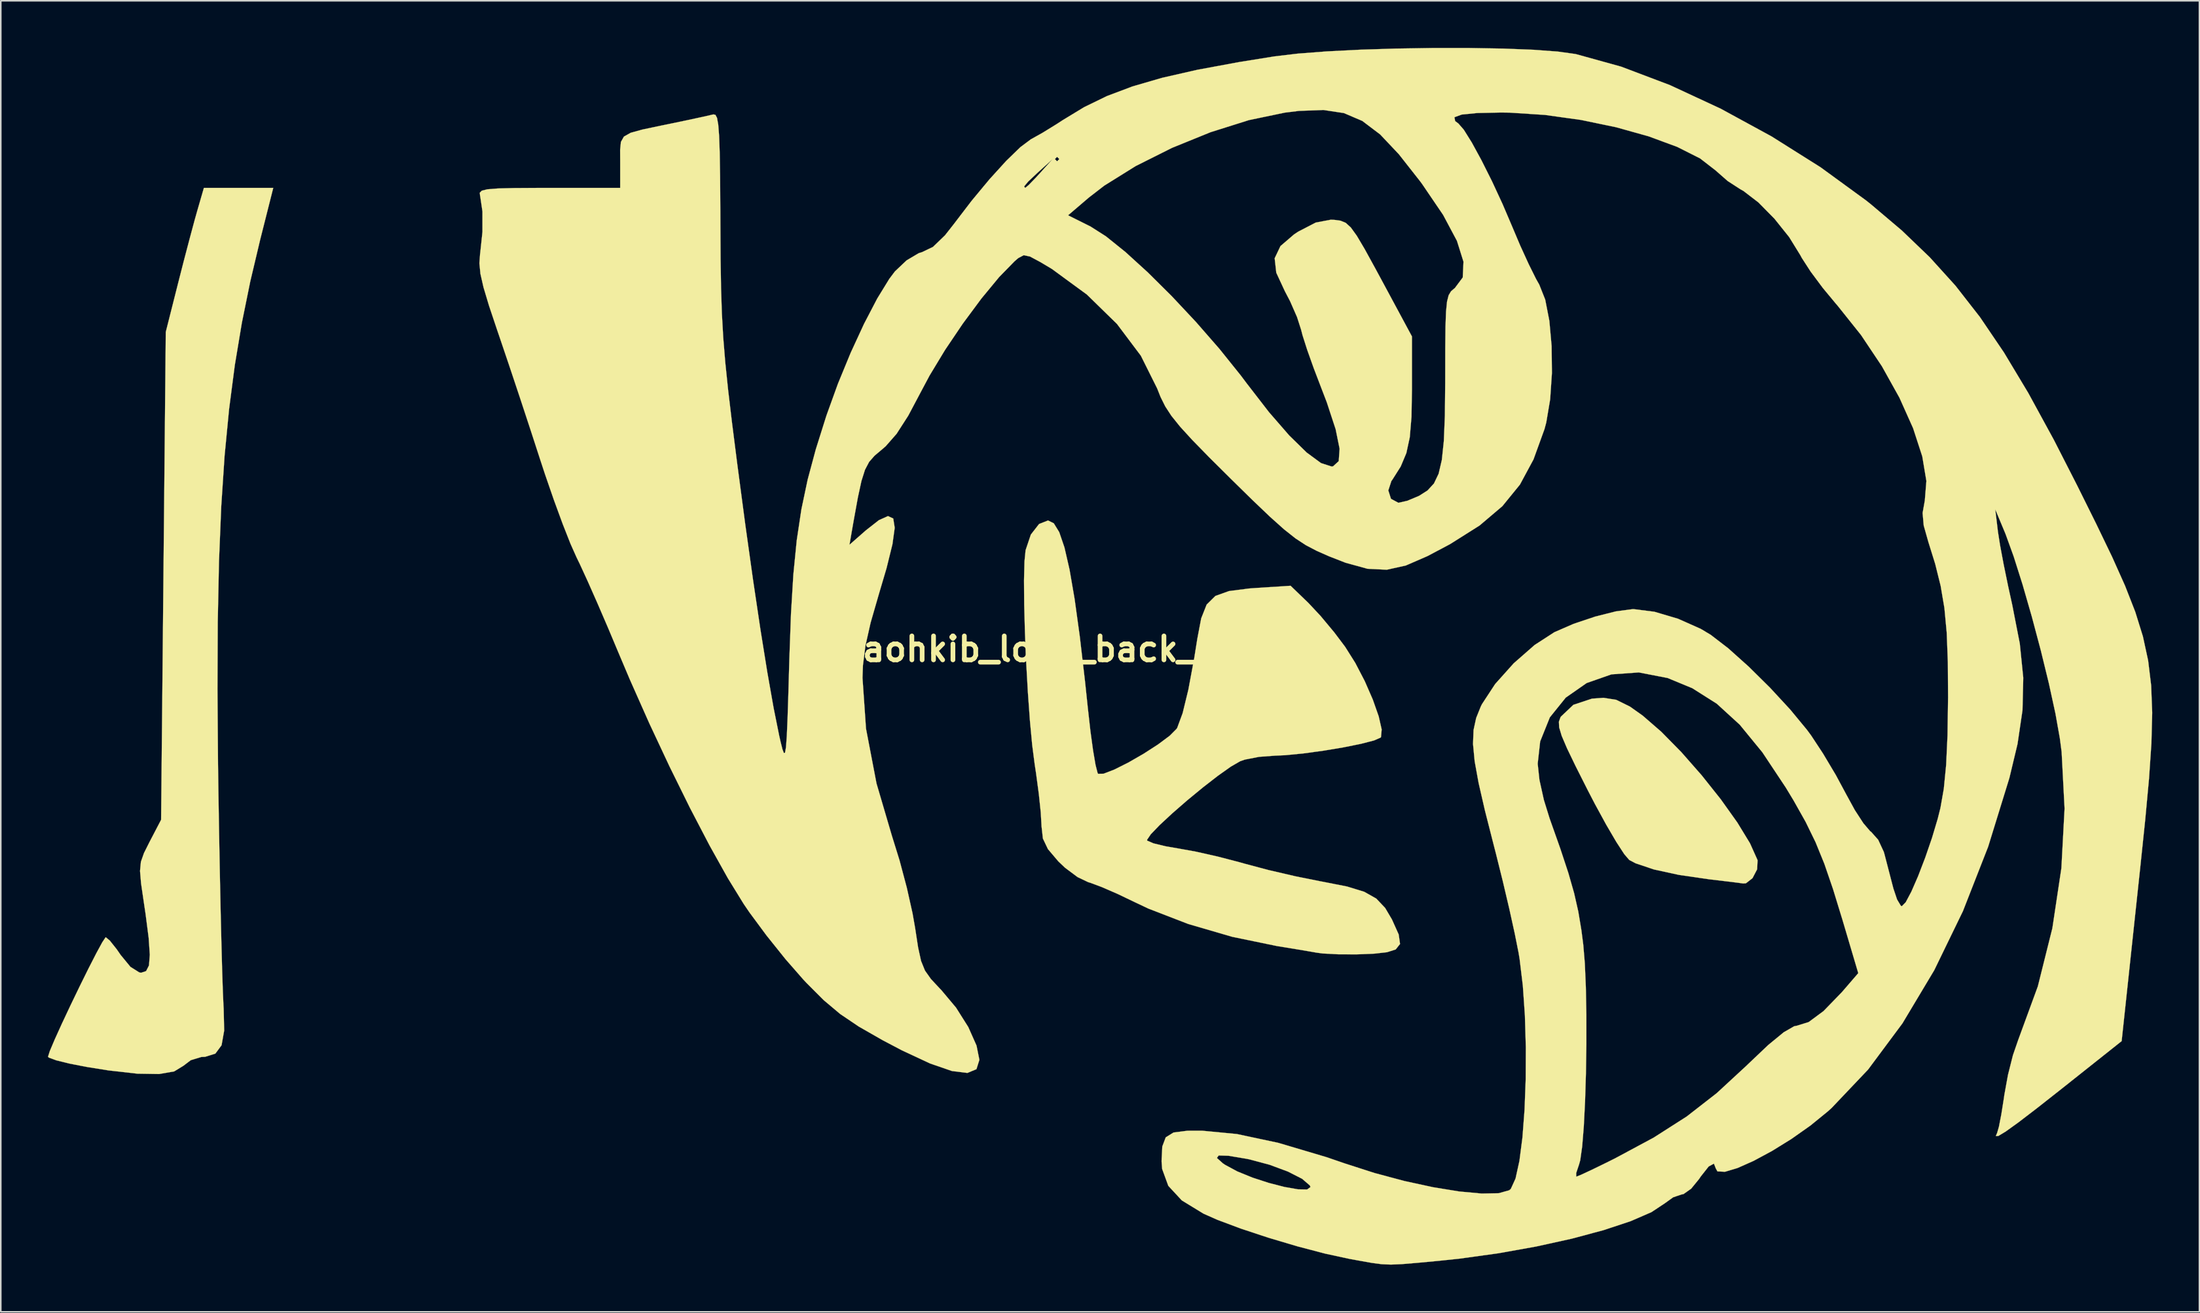
<source format=kicad_pcb>
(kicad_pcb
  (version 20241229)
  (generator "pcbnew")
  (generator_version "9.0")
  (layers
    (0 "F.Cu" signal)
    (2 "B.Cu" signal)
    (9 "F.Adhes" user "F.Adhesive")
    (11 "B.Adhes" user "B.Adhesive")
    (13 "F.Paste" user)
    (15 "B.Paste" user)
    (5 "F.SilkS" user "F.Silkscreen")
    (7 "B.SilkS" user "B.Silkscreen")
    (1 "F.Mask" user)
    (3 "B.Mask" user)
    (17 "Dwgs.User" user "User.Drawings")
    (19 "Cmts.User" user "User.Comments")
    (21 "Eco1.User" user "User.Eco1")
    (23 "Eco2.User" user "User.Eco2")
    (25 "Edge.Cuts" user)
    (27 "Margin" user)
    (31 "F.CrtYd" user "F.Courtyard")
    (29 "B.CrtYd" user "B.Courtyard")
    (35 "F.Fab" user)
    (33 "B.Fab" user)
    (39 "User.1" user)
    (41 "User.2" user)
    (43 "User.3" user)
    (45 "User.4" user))
  (footprint "yaohkib_logo_back_left"
    (layer "F.Cu")
    (at 63.787 38.261)
    (property "Reference" "yaohkib_logo_back_left" (at 0 0 0) (layer "F.SilkS") (effects (font (size 1.524 1.524) (thickness 0.3))))
    (attr through_hole)
    (fp_poly (pts (xy 35.999 3.232) (xy 36.874 3.664) (xy 37.683 4.238) (xy 38.867 5.266) (xy 40.147 6.568) (xy 41.436 8.036) (xy 42.65 9.562) (xy 43.703 11.039) (xy 44.508 12.359) (xy 44.982 13.415) (xy 44.992 13.446) (xy 44.964 14.02) (xy 44.67 14.583) (xy 44.252 14.909) (xy 44.077 14.921) (xy 43.72 14.872) (xy 42.962 14.779) (xy 41.965 14.661) (xy 41.915 14.655) (xy 39.991 14.376) (xy 38.4 14.03) (xy 37.235 13.639) (xy 36.828 13.425) (xy 36.511 13.056) (xy 36.003 12.275) (xy 35.36 11.177) (xy 34.64 9.857) (xy 34.184 8.978) (xy 33.407 7.437) (xy 32.866 6.314) (xy 32.529 5.525) (xy 32.368 4.989) (xy 32.351 4.625) (xy 32.45 4.349) (xy 32.478 4.303) (xy 33.271 3.55) (xy 34.456 3.157) (xy 35.194 3.104) (xy 35.999 3.232)) (stroke (width 0.01) (type solid)) (fill yes) (layer "F.SilkS"))
    (fp_poly (pts (xy -50.283 -26.057) (xy -50.911 -23.408) (xy -51.447 -20.771) (xy -51.895 -18.082) (xy -52.26 -15.282) (xy -52.547 -12.308) (xy -52.759 -9.1) (xy -52.903 -5.596) (xy -52.982 -1.735) (xy -53.001 2.543) (xy -52.965 7.302) (xy -52.94 9.116) (xy -52.897 11.719) (xy -52.85 14.226) (xy -52.801 16.562) (xy -52.751 18.654) (xy -52.703 20.426) (xy -52.657 21.805) (xy -52.617 22.717) (xy -52.606 22.89) (xy -52.574 24.287) (xy -52.739 25.217) (xy -53.133 25.749) (xy -53.789 25.955) (xy -54.022 25.964) (xy -54.696 26.167) (xy -55.174 26.529) (xy -55.754 26.883) (xy -56.711 27.049) (xy -58.089 27.028) (xy -59.931 26.82) (xy -61.313 26.599) (xy -62.409 26.387) (xy -63.255 26.178) (xy -63.726 26.006) (xy -63.782 25.948) (xy -63.667 25.587) (xy -63.356 24.852) (xy -62.902 23.85) (xy -62.357 22.691) (xy -61.775 21.484) (xy -61.208 20.337) (xy -60.708 19.36) (xy -60.328 18.662) (xy -60.121 18.351) (xy -60.107 18.344) (xy -59.847 18.559) (xy -59.413 19.106) (xy -59.159 19.473) (xy -58.537 20.229) (xy -57.968 20.587) (xy -57.852 20.602) (xy -57.54 20.497) (xy -57.358 20.138) (xy -57.305 19.457) (xy -57.378 18.386) (xy -57.575 16.859) (xy -57.69 16.087) (xy -57.861 14.915) (xy -57.927 14.125) (xy -57.872 13.541) (xy -57.677 12.986) (xy -57.326 12.285) (xy -57.322 12.277) (xy -56.586 10.866) (xy -56.437 -4.657) (xy -56.289 -20.179) (xy -55.505 -23.283) (xy -55.139 -24.715) (xy -54.772 -26.112) (xy -54.457 -27.285) (xy -54.293 -27.869) (xy -53.864 -29.351) (xy -49.451 -29.351) (xy -50.283 -26.057)) (stroke (width 0.01) (type solid)) (fill yes) (layer "F.SilkS"))
    (fp_poly (pts (xy 0.213 -8.003) (xy 0.559 -7.44) (xy 0.891 -6.467) (xy 1.215 -5.056) (xy 1.538 -3.18) (xy 1.865 -0.809) (xy 2.202 2.082) (xy 2.38 3.775) (xy 2.542 5.212) (xy 2.711 6.45) (xy 2.869 7.377) (xy 2.999 7.886) (xy 3.03 7.941) (xy 3.384 7.934) (xy 4.068 7.67) (xy 4.958 7.223) (xy 5.925 6.666) (xy 6.843 6.074) (xy 7.587 5.519) (xy 8.029 5.075) (xy 8.068 5.01) (xy 8.412 4.076) (xy 8.773 2.595) (xy 9.147 0.587) (xy 9.345 -0.656) (xy 9.592 -1.954) (xy 9.939 -2.831) (xy 10.494 -3.38) (xy 11.363 -3.691) (xy 12.656 -3.856) (xy 13.16 -3.892) (xy 15.279 -4.028) (xy 16.415 -2.931) (xy 17.186 -2.107) (xy 18.061 -1.057) (xy 18.751 -0.141) (xy 19.396 0.884) (xy 19.999 2.044) (xy 20.511 3.217) (xy 20.885 4.282) (xy 21.075 5.118) (xy 21.032 5.604) (xy 21.008 5.634) (xy 20.591 5.817) (xy 19.752 6.034) (xy 18.628 6.26) (xy 17.358 6.472) (xy 16.081 6.646) (xy 14.936 6.757) (xy 14.286 6.786) (xy 13.273 6.861) (xy 12.371 7.036) (xy 12.073 7.139) (xy 11.475 7.485) (xy 10.652 8.069) (xy 9.696 8.811) (xy 8.699 9.632) (xy 7.754 10.455) (xy 6.952 11.2) (xy 6.385 11.789) (xy 6.146 12.143) (xy 6.156 12.195) (xy 6.553 12.367) (xy 7.33 12.555) (xy 8.14 12.694) (xy 9.247 12.894) (xy 10.633 13.206) (xy 12.036 13.571) (xy 12.344 13.659) (xy 13.877 14.067) (xy 15.614 14.47) (xy 17.201 14.788) (xy 17.34 14.813) (xy 18.874 15.115) (xy 19.965 15.45) (xy 20.732 15.883) (xy 21.296 16.479) (xy 21.727 17.208) (xy 22.158 18.168) (xy 22.243 18.771) (xy 21.968 19.12) (xy 21.414 19.297) (xy 20.609 19.388) (xy 19.496 19.433) (xy 18.32 19.43) (xy 17.324 19.377) (xy 16.933 19.325) (xy 16.46 19.242) (xy 15.604 19.098) (xy 14.538 18.924) (xy 14.393 18.9) (xy 11.558 18.314) (xy 8.768 17.5) (xy 6.239 16.523) (xy 5.377 16.116) (xy 4.276 15.588) (xy 3.263 15.148) (xy 2.523 14.872) (xy 2.405 14.839) (xy 1.727 14.516) (xy 0.926 13.918) (xy 0.5 13.513) (xy -0.16 12.734) (xy -0.48 12.062) (xy -0.569 11.26) (xy -0.57 11.206) (xy -0.617 10.39) (xy -0.74 9.22) (xy -0.917 7.898) (xy -1.002 7.338) (xy -1.161 6.108) (xy -1.307 4.543) (xy -1.436 2.754) (xy -1.543 0.855) (xy -1.622 -1.04) (xy -1.67 -2.819) (xy -1.682 -4.368) (xy -1.652 -5.574) (xy -1.582 -6.291) (xy -1.247 -7.287) (xy -0.724 -7.959) (xy -0.153 -8.184) (xy 0.213 -8.003)) (stroke (width 0.01) (type solid)) (fill yes) (layer "F.SilkS"))
    (fp_poly (pts (xy 28.791 -38.219) (xy 30.709 -38.144) (xy 32.277 -38.029) (xy 33.391 -37.875) (xy 33.443 -37.864) (xy 36.312 -37.069) (xy 39.418 -35.893) (xy 42.644 -34.394) (xy 45.876 -32.632) (xy 48.998 -30.666) (xy 51.893 -28.555) (xy 52.206 -28.305) (xy 54.173 -26.639) (xy 55.948 -24.935) (xy 57.587 -23.123) (xy 59.143 -21.127) (xy 60.668 -18.877) (xy 62.217 -16.297) (xy 63.843 -13.316) (xy 65.315 -10.433) (xy 66.532 -7.981) (xy 67.548 -5.872) (xy 68.374 -4.027) (xy 69.024 -2.365) (xy 69.509 -0.806) (xy 69.842 0.729) (xy 70.035 2.321) (xy 70.101 4.051) (xy 70.051 5.997) (xy 69.899 8.241) (xy 69.657 10.862) (xy 69.336 13.94) (xy 69.228 14.946) (xy 68.157 24.954) (xy 64.347 27.981) (xy 62.767 29.225) (xy 61.588 30.128) (xy 60.779 30.71) (xy 60.311 30.992) (xy 60.15 30.996) (xy 60.237 30.791) (xy 60.348 30.406) (xy 60.501 29.618) (xy 60.665 28.583) (xy 60.694 28.375) (xy 60.925 27.103) (xy 61.241 25.849) (xy 61.572 24.889) (xy 62.825 21.469) (xy 63.749 17.77) (xy 64.323 13.947) (xy 64.526 10.153) (xy 64.338 6.544) (xy 64.225 5.681) (xy 63.945 4.105) (xy 63.529 2.195) (xy 63.016 0.095) (xy 62.446 -2.049) (xy 61.857 -4.094) (xy 61.287 -5.894) (xy 60.776 -7.306) (xy 60.705 -7.479) (xy 60.115 -8.89) (xy 60.284 -7.479) (xy 60.418 -6.621) (xy 60.648 -5.393) (xy 60.94 -3.973) (xy 61.193 -2.822) (xy 61.677 -0.345) (xy 61.897 1.828) (xy 61.849 3.891) (xy 61.532 6.041) (xy 61.014 8.207) (xy 59.663 12.582) (xy 58.059 16.68) (xy 56.231 20.446) (xy 54.209 23.826) (xy 52.023 26.766) (xy 49.703 29.21) (xy 49.456 29.432) (xy 48.351 30.332) (xy 47.141 31.185) (xy 45.908 31.948) (xy 44.738 32.578) (xy 43.714 33.033) (xy 42.919 33.271) (xy 42.438 33.247) (xy 42.333 33.055) (xy 42.215 32.752) (xy 41.883 32.932) (xy 41.375 33.574) (xy 41.272 33.729) (xy 40.766 34.348) (xy 40.28 34.69) (xy 40.162 34.713) (xy 39.62 34.896) (xy 39.083 35.282) (xy 38.238 35.841) (xy 36.913 36.416) (xy 35.192 36.987) (xy 33.158 37.532) (xy 30.895 38.03) (xy 28.487 38.461) (xy 26.017 38.802) (xy 24.694 38.941) (xy 23.32 39.069) (xy 22.359 39.149) (xy 21.659 39.179) (xy 21.071 39.153) (xy 20.443 39.07) (xy 19.627 38.925) (xy 19.015 38.813) (xy 17.484 38.482) (xy 15.712 38.017) (xy 13.866 37.468) (xy 12.111 36.887) (xy 10.614 36.326) (xy 9.737 35.937) (xy 8.36 35.095) (xy 7.499 34.167) (xy 7.107 33.093) (xy 7.07 32.597) (xy 7.08 32.393) (xy 10.591 32.393) (xy 10.972 32.735) (xy 11.108 32.827) (xy 11.888 33.248) (xy 12.853 33.642) (xy 13.893 33.981) (xy 14.894 34.239) (xy 15.744 34.387) (xy 16.332 34.398) (xy 16.544 34.245) (xy 16.508 34.145) (xy 16.014 33.719) (xy 15.113 33.259) (xy 13.95 32.827) (xy 12.675 32.485) (xy 12.473 32.444) (xy 11.326 32.252) (xy 10.704 32.233) (xy 10.591 32.393) (xy 7.08 32.393) (xy 7.116 31.662) (xy 7.335 31.08) (xy 7.831 30.772) (xy 8.708 30.66) (xy 9.656 30.658) (xy 11.863 30.869) (xy 14.501 31.431) (xy 17.562 32.34) (xy 18.737 32.743) (xy 20.622 33.35) (xy 22.521 33.859) (xy 24.348 34.255) (xy 26.015 34.526) (xy 27.436 34.657) (xy 28.522 34.636) (xy 29.188 34.45) (xy 29.292 34.361) (xy 29.592 33.703) (xy 29.839 32.58) (xy 30.032 31.086) (xy 30.166 29.318) (xy 30.239 27.373) (xy 30.247 25.345) (xy 30.188 23.332) (xy 30.057 21.429) (xy 29.852 19.733) (xy 29.786 19.332) (xy 29.544 18.116) (xy 29.196 16.536) (xy 28.781 14.771) (xy 28.341 13.004) (xy 28.21 12.496) (xy 27.646 10.281) (xy 27.242 8.523) (xy 27.02 7.298) (xy 31.001 7.298) (xy 31.112 8.326) (xy 31.395 9.605) (xy 31.758 10.776) (xy 32.442 12.707) (xy 32.951 14.249) (xy 33.32 15.539) (xy 33.585 16.71) (xy 33.783 17.899) (xy 33.901 18.813) (xy 34.001 20.012) (xy 34.066 21.534) (xy 34.098 23.277) (xy 34.099 25.136) (xy 34.071 27.007) (xy 34.016 28.787) (xy 33.936 30.371) (xy 33.833 31.655) (xy 33.709 32.536) (xy 33.633 32.808) (xy 33.451 33.353) (xy 33.455 33.584) (xy 33.457 33.584) (xy 33.754 33.466) (xy 34.435 33.149) (xy 35.379 32.689) (xy 35.919 32.42) (xy 38.385 31.095) (xy 40.482 29.754) (xy 42.393 28.267) (xy 44.3 26.505) (xy 44.373 26.433) (xy 45.668 25.204) (xy 46.656 24.392) (xy 47.321 24.009) (xy 47.477 23.979) (xy 48.243 23.743) (xy 49.187 23.044) (xy 50.338 21.858) (xy 50.498 21.674) (xy 51.399 20.629) (xy 50.41 17.29) (xy 49.794 15.281) (xy 49.24 13.666) (xy 48.68 12.291) (xy 48.049 10.998) (xy 47.281 9.633) (xy 46.786 8.814) (xy 45.297 6.572) (xy 43.858 4.815) (xy 42.396 3.478) (xy 40.841 2.493) (xy 39.269 1.843) (xy 37.435 1.488) (xy 35.693 1.612) (xy 34.118 2.163) (xy 32.787 3.091) (xy 31.775 4.347) (xy 31.159 5.881) (xy 31.001 7.298) (xy 27.02 7.298) (xy 26.991 7.137) (xy 26.887 6.042) (xy 26.921 5.153) (xy 27.087 4.388) (xy 27.378 3.664) (xy 27.454 3.51) (xy 28.296 2.225) (xy 29.475 0.908) (xy 30.809 -0.26) (xy 32.063 -1.072) (xy 33.285 -1.604) (xy 34.664 -2.067) (xy 35.987 -2.4) (xy 37.041 -2.539) (xy 37.112 -2.54) (xy 38.431 -2.373) (xy 39.935 -1.927) (xy 41.376 -1.285) (xy 42.015 -0.902) (xy 43.121 -0.052) (xy 44.424 1.116) (xy 45.785 2.462) (xy 47.067 3.849) (xy 48.132 5.139) (xy 48.401 5.503) (xy 49.158 6.654) (xy 49.969 8.015) (xy 50.629 9.243) (xy 51.182 10.254) (xy 51.724 11.087) (xy 52.153 11.59) (xy 52.222 11.641) (xy 52.666 12.14) (xy 53.024 12.91) (xy 53.065 13.053) (xy 53.33 14.074) (xy 53.609 15.147) (xy 53.633 15.24) (xy 53.868 15.941) (xy 54.105 16.336) (xy 54.171 16.369) (xy 54.417 16.118) (xy 54.777 15.441) (xy 55.206 14.456) (xy 55.659 13.277) (xy 56.09 12.022) (xy 56.454 10.806) (xy 56.628 10.11) (xy 56.842 8.891) (xy 56.99 7.379) (xy 57.078 5.485) (xy 57.112 3.118) (xy 57.113 3.104) (xy 57.098 0.819) (xy 57.027 -1.039) (xy 56.88 -2.608) (xy 56.641 -4.022) (xy 56.294 -5.418) (xy 55.863 -6.802) (xy 55.563 -7.862) (xy 55.493 -8.662) (xy 55.632 -9.447) (xy 55.633 -9.451) (xy 55.733 -10.698) (xy 55.472 -12.261) (xy 54.888 -14.056) (xy 54.019 -15.997) (xy 52.902 -18.001) (xy 51.576 -19.985) (xy 50.078 -21.863) (xy 49.996 -21.956) (xy 49.144 -22.983) (xy 48.368 -24.026) (xy 47.805 -24.897) (xy 47.709 -25.075) (xy 47.001 -26.222) (xy 46.064 -27.393) (xy 45.047 -28.425) (xy 44.098 -29.154) (xy 43.9 -29.265) (xy 43.087 -29.792) (xy 42.332 -30.454) (xy 42.327 -30.46) (xy 41.335 -31.228) (xy 39.881 -31.961) (xy 38.065 -32.632) (xy 35.989 -33.213) (xy 33.755 -33.677) (xy 31.465 -33.996) (xy 29.22 -34.142) (xy 28.672 -34.149) (xy 27.148 -34.117) (xy 26.166 -34.019) (xy 25.706 -33.85) (xy 25.749 -33.604) (xy 25.958 -33.448) (xy 26.301 -33.053) (xy 26.808 -32.241) (xy 27.423 -31.113) (xy 28.094 -29.774) (xy 28.765 -28.326) (xy 29.345 -26.968) (xy 29.885 -25.692) (xy 30.43 -24.498) (xy 30.897 -23.557) (xy 31.102 -23.194) (xy 31.48 -22.243) (xy 31.744 -20.889) (xy 31.888 -19.279) (xy 31.907 -17.565) (xy 31.795 -15.896) (xy 31.547 -14.42) (xy 31.434 -13.998) (xy 30.736 -12.071) (xy 29.871 -10.466) (xy 28.753 -9.093) (xy 27.301 -7.861) (xy 25.428 -6.679) (xy 23.989 -5.916) (xy 22.613 -5.318) (xy 21.399 -5.049) (xy 20.176 -5.108) (xy 18.771 -5.495) (xy 17.722 -5.905) (xy 16.94 -6.25) (xy 16.257 -6.608) (xy 15.589 -7.045) (xy 14.854 -7.628) (xy 13.969 -8.42) (xy 12.85 -9.488) (xy 11.497 -10.816) (xy 10.089 -12.216) (xy 9.028 -13.303) (xy 8.252 -14.152) (xy 7.697 -14.842) (xy 7.303 -15.447) (xy 7.006 -16.044) (xy 6.789 -16.591) (xy 5.752 -18.671) (xy 4.234 -20.691) (xy 2.321 -22.561) (xy 0.096 -24.19) (xy -0.627 -24.623) (xy -1.299 -24.983) (xy -1.7 -25.068) (xy -2.048 -24.884) (xy -2.29 -24.675) (xy -3.265 -23.676) (xy -4.392 -22.311) (xy -5.572 -20.719) (xy -6.704 -19.041) (xy -7.688 -17.414) (xy -8.195 -16.462) (xy -9.046 -14.856) (xy -9.79 -13.699) (xy -10.486 -12.905) (xy -10.727 -12.698) (xy -11.191 -12.307) (xy -11.536 -11.913) (xy -11.8 -11.411) (xy -12.026 -10.696) (xy -12.251 -9.661) (xy -12.516 -8.201) (xy -12.593 -7.764) (xy -12.788 -6.637) (xy -11.747 -7.552) (xy -10.916 -8.203) (xy -10.336 -8.463) (xy -10.002 -8.308) (xy -9.909 -7.719) (xy -10.053 -6.673) (xy -10.429 -5.148) (xy -10.917 -3.498) (xy -11.443 -1.677) (xy -11.771 -0.217) (xy -11.931 1.039) (xy -11.959 1.834) (xy -11.736 5.065) (xy -11.067 8.556) (xy -10.098 11.853) (xy -9.601 13.455) (xy -9.139 15.192) (xy -8.775 16.819) (xy -8.612 17.747) (xy -8.42 18.999) (xy -8.233 19.852) (xy -7.984 20.466) (xy -7.605 21.002) (xy -7.029 21.62) (xy -6.952 21.698) (xy -6.008 22.823) (xy -5.229 24.057) (xy -4.704 25.237) (xy -4.522 26.146) (xy -4.708 26.741) (xy -5.286 26.98) (xy -6.266 26.859) (xy -7.656 26.379) (xy -9.463 25.536) (xy -10.689 24.89) (xy -12.197 24.027) (xy -13.378 23.229) (xy -14.427 22.347) (xy -15.54 21.232) (xy -15.727 21.032) (xy -16.855 19.742) (xy -18.063 18.234) (xy -19.151 16.763) (xy -19.515 16.229) (xy -20.527 14.584) (xy -21.685 12.51) (xy -22.938 10.107) (xy -24.235 7.477) (xy -25.527 4.72) (xy -26.763 1.936) (xy -27.471 0.264) (xy -28.15 -1.353) (xy -28.829 -2.929) (xy -29.448 -4.328) (xy -29.947 -5.414) (xy -30.15 -5.831) (xy -30.536 -6.697) (xy -31.035 -7.963) (xy -31.595 -9.491) (xy -32.164 -11.139) (xy -32.454 -12.021) (xy -33.07 -13.917) (xy -33.755 -15.997) (xy -34.437 -18.042) (xy -35.042 -19.831) (xy -35.189 -20.26) (xy -35.721 -21.848) (xy -36.072 -23.019) (xy -36.269 -23.884) (xy -36.334 -24.554) (xy -36.293 -25.137) (xy -36.283 -25.199) (xy -36.139 -26.559) (xy -36.139 -27.843) (xy -36.283 -28.822) (xy -36.293 -28.857) (xy -36.311 -29.042) (xy -36.182 -29.174) (xy -35.829 -29.262) (xy -35.174 -29.315) (xy -34.141 -29.342) (xy -32.651 -29.351) (xy -31.91 -29.351) (xy -27.376 -29.351) (xy -27.376 -31.025) (xy -27.38 -31.769) (xy -27.331 -32.277) (xy -27.139 -32.617) (xy -26.711 -32.858) (xy -25.957 -33.067) (xy -24.785 -33.314) (xy -24.13 -33.448) (xy -23.021 -33.68) (xy -22.096 -33.88) (xy -21.52 -34.011) (xy -21.449 -34.028) (xy -21.317 -34.003) (xy -21.215 -33.808) (xy -21.138 -33.381) (xy -21.082 -32.662) (xy -21.044 -31.591) (xy -21.02 -30.106) (xy -21.006 -28.146) (xy -21.001 -27.019) (xy -20.988 -24.83) (xy -20.959 -22.984) (xy -20.906 -21.354) (xy -20.819 -19.815) (xy -20.69 -18.238) (xy -20.51 -16.497) (xy -20.269 -14.466) (xy -19.958 -12.016) (xy -19.919 -11.712) (xy -19.413 -7.895) (xy -18.922 -4.393) (xy -18.454 -1.252) (xy -18.015 1.48) (xy -17.613 3.756) (xy -17.256 5.53) (xy -17.166 5.927) (xy -17.051 6.381) (xy -16.96 6.621) (xy -16.888 6.596) (xy -16.828 6.256) (xy -16.776 5.552) (xy -16.727 4.433) (xy -16.676 2.851) (xy -16.616 0.756) (xy -16.615 0.706) (xy -16.509 -2.24) (xy -16.358 -4.742) (xy -16.143 -6.92) (xy -15.846 -8.894) (xy -15.448 -10.783) (xy -14.931 -12.708) (xy -14.277 -14.787) (xy -14.234 -14.916) (xy -13.523 -16.884) (xy -12.713 -18.852) (xy -11.86 -20.7) (xy -11.021 -22.31) (xy -10.254 -23.56) (xy -9.894 -24.038) (xy -9.154 -24.738) (xy -8.38 -25.197) (xy -8.173 -25.261) (xy -7.476 -25.594) (xy -6.708 -26.336) (xy -6.149 -27.047) (xy -5.722 -27.607) (xy 1.121 -27.607) (xy 2.548 -26.895) (xy 3.531 -26.269) (xy 4.773 -25.269) (xy 6.194 -23.974) (xy 7.716 -22.463) (xy 9.261 -20.814) (xy 10.751 -19.106) (xy 12.105 -17.419) (xy 12.494 -16.902) (xy 13.908 -15.073) (xy 15.19 -13.597) (xy 16.303 -12.507) (xy 17.215 -11.836) (xy 17.89 -11.618) (xy 17.979 -11.628) (xy 18.342 -11.96) (xy 18.398 -12.746) (xy 18.146 -13.992) (xy 17.584 -15.702) (xy 17.233 -16.617) (xy 16.752 -17.876) (xy 16.335 -19.047) (xy 16.042 -19.964) (xy 15.95 -20.32) (xy 15.691 -21.128) (xy 15.249 -22.137) (xy 14.918 -22.771) (xy 14.369 -23.953) (xy 14.266 -24.873) (xy 14.635 -25.649) (xy 15.503 -26.394) (xy 15.772 -26.571) (xy 16.882 -27.146) (xy 17.836 -27.326) (xy 18.062 -27.317) (xy 18.456 -27.264) (xy 18.785 -27.129) (xy 19.11 -26.835) (xy 19.492 -26.305) (xy 19.991 -25.462) (xy 20.667 -24.23) (xy 21.026 -23.566) (xy 23.001 -19.897) (xy 23.001 -16.51) (xy 22.972 -14.783) (xy 22.863 -13.482) (xy 22.645 -12.473) (xy 22.286 -11.618) (xy 21.757 -10.782) (xy 21.692 -10.692) (xy 21.497 -10.096) (xy 21.667 -9.562) (xy 22.127 -9.314) (xy 22.16 -9.313) (xy 22.71 -9.438) (xy 23.428 -9.739) (xy 23.461 -9.755) (xy 23.994 -10.094) (xy 24.401 -10.538) (xy 24.699 -11.16) (xy 24.903 -12.037) (xy 25.03 -13.241) (xy 25.096 -14.848) (xy 25.117 -16.932) (xy 25.118 -17.332) (xy 25.121 -19.169) (xy 25.135 -20.525) (xy 25.17 -21.48) (xy 25.234 -22.118) (xy 25.336 -22.52) (xy 25.485 -22.769) (xy 25.69 -22.946) (xy 25.726 -22.971) (xy 26.234 -23.651) (xy 26.28 -24.655) (xy 25.864 -25.981) (xy 24.985 -27.632) (xy 23.645 -29.605) (xy 23.514 -29.782) (xy 22.167 -31.496) (xy 20.976 -32.757) (xy 19.844 -33.613) (xy 18.673 -34.114) (xy 17.363 -34.311) (xy 15.817 -34.253) (xy 14.911 -34.142) (xy 12.634 -33.668) (xy 10.188 -32.897) (xy 7.731 -31.898) (xy 5.424 -30.742) (xy 3.425 -29.496) (xy 2.441 -28.736) (xy 1.121 -27.607) (xy -5.722 -27.607) (xy -5.01 -28.537) (xy -4.259 -29.442) (xy -1.676 -29.442) (xy -1.608 -29.351) (xy -1.605 -29.351) (xy -1.381 -29.54) (xy -0.919 -30.016) (xy -0.688 -30.268) (xy 0.141 -31.186) (xy 0.282 -31.186) (xy 0.423 -31.044) (xy 0.564 -31.186) (xy 0.423 -31.327) (xy 0.282 -31.186) (xy 0.141 -31.186) (xy -0.776 -30.357) (xy -1.417 -29.755) (xy -1.676 -29.442) (xy -4.259 -29.442) (xy -3.872 -29.907) (xy -2.813 -31.073) (xy -1.91 -31.948) (xy -1.243 -32.447) (xy -1.213 -32.462) (xy -0.499 -32.862) (xy 0.397 -33.414) (xy 0.794 -33.672) (xy 2.143 -34.491) (xy 3.59 -35.195) (xy 5.217 -35.809) (xy 7.104 -36.358) (xy 9.333 -36.866) (xy 11.984 -37.357) (xy 14.252 -37.722) (xy 15.725 -37.897) (xy 17.572 -38.039) (xy 19.689 -38.147) (xy 21.972 -38.219) (xy 24.32 -38.256) (xy 26.627 -38.256) (xy 28.791 -38.219)) (stroke (width 0.01) (type solid)) (fill yes) (layer "F.SilkS")))
  (gr_rect
    (start -3 -3)
    (end 136.893 80.445)
    (stroke (width 0.1) (type default))
    (fill no)
    (layer "Edge.Cuts")))
</source>
